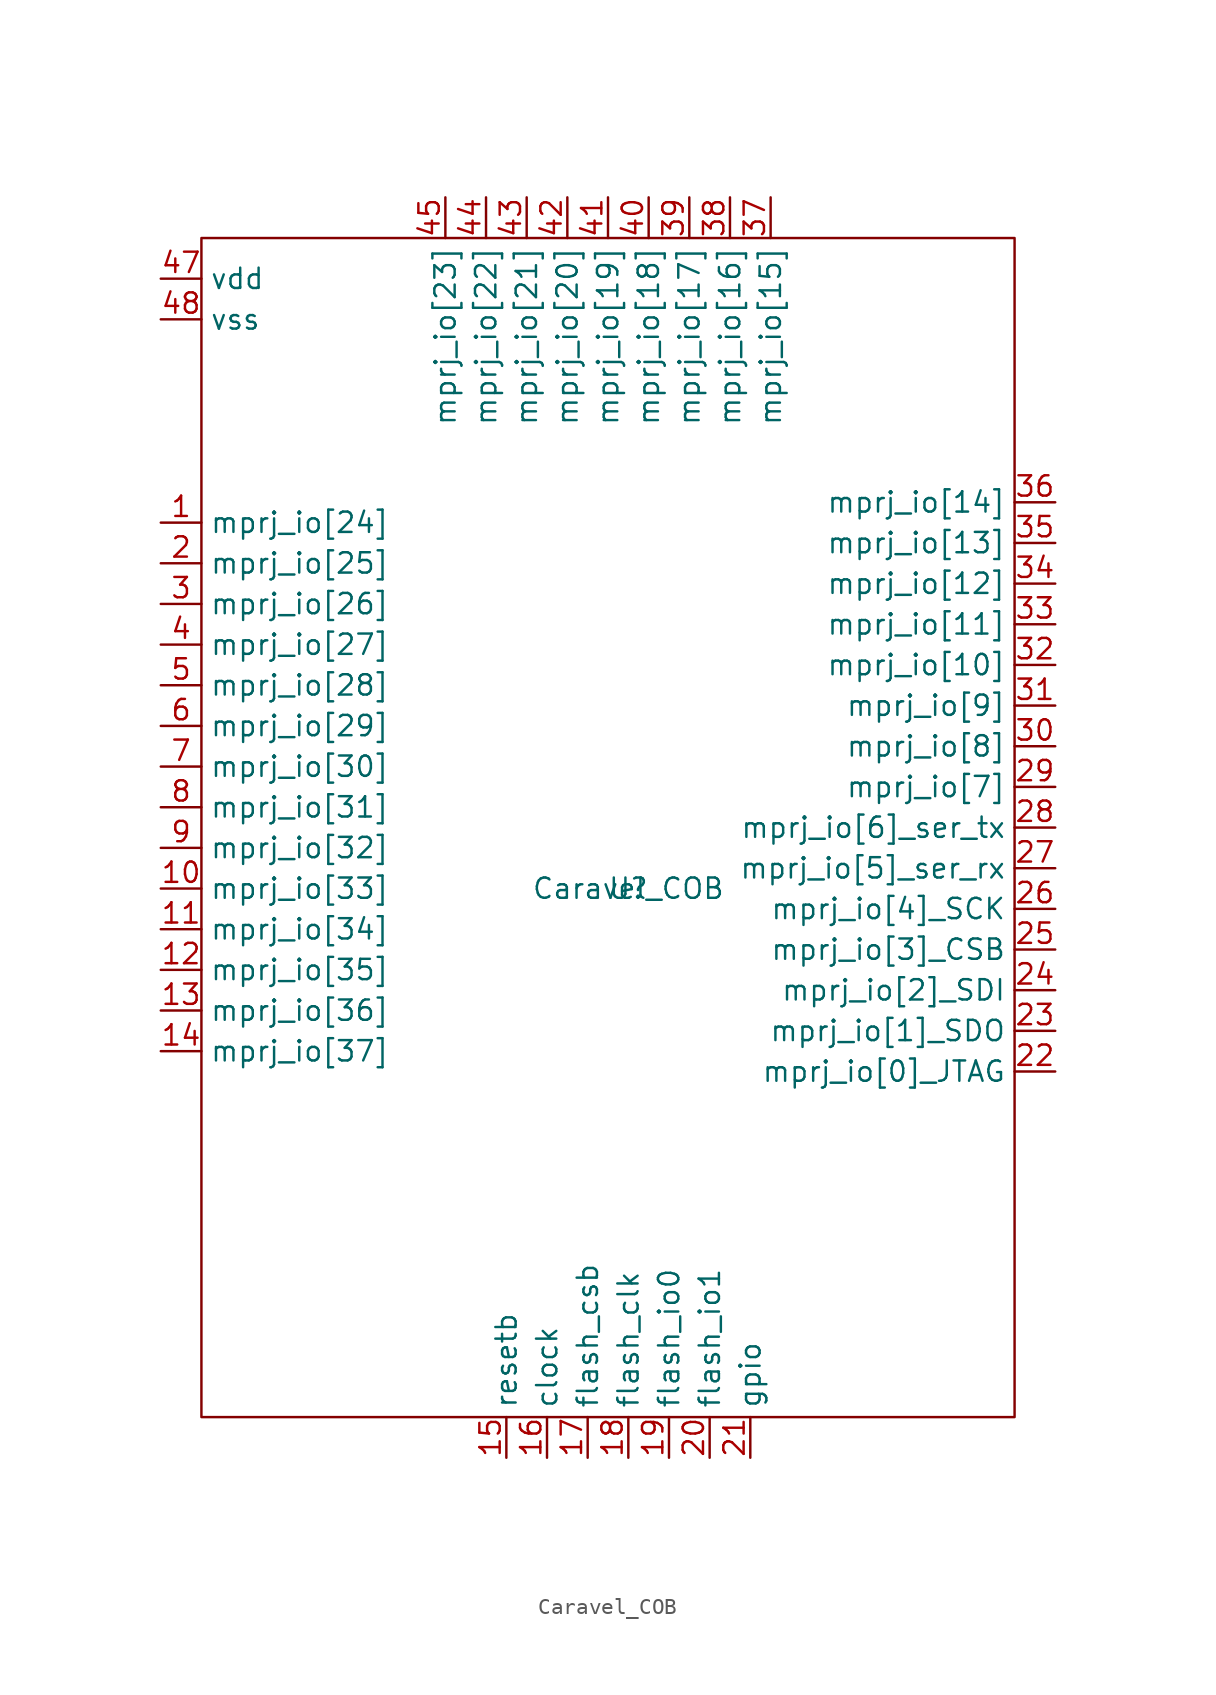
<source format=kicad_sym>
(kicad_symbol_lib
  (version 20241209)
  (generator "kicad_symbol_editor")
  (generator_version "9.0")
  (symbol "Caravel_COB"
    (property "Reference" "U"
      (at 0 0 0)
      (effects (font (size 1.27 1.27))))
    (property "Value" "Caravel_COB"
      (at 0 0 0)
      (effects (font (size 1.27 1.27))))
    (symbol "Caravel_COB_0_1"
      (rectangle (start -26.67 40.64) (end 24.13 -33.02) (stroke (width 0) (type default)) (fill (type none))))
    (symbol "Caravel_COB_1_1"
      (pin power_in line (at -29.21 38.1 0) (length 2.54) (name "vdd" (effects (font (size 1.27 1.27)))) (number "47" (effects (font (size 1.27 1.27)))))
      (pin power_in line (at -29.21 35.56 0) (length 2.54) (name "vss" (effects (font (size 1.27 1.27)))) (number "48" (effects (font (size 1.27 1.27)))))
      (pin bidirectional line (at -29.21 22.86 0) (length 2.54) (name "mprj_io[24]" (effects (font (size 1.27 1.27)))) (number "1" (effects (font (size 1.27 1.27)))))
      (pin bidirectional line (at -29.21 20.32 0) (length 2.54) (name "mprj_io[25]" (effects (font (size 1.27 1.27)))) (number "2" (effects (font (size 1.27 1.27)))))
      (pin bidirectional line (at -29.21 17.78 0) (length 2.54) (name "mprj_io[26]" (effects (font (size 1.27 1.27)))) (number "3" (effects (font (size 1.27 1.27)))))
      (pin bidirectional line (at -29.21 15.24 0) (length 2.54) (name "mprj_io[27]" (effects (font (size 1.27 1.27)))) (number "4" (effects (font (size 1.27 1.27)))))
      (pin bidirectional line (at -29.21 12.7 0) (length 2.54) (name "mprj_io[28]" (effects (font (size 1.27 1.27)))) (number "5" (effects (font (size 1.27 1.27)))))
      (pin bidirectional line (at -29.21 10.16 0) (length 2.54) (name "mprj_io[29]" (effects (font (size 1.27 1.27)))) (number "6" (effects (font (size 1.27 1.27)))))
      (pin bidirectional line (at -29.21 7.62 0) (length 2.54) (name "mprj_io[30]" (effects (font (size 1.27 1.27)))) (number "7" (effects (font (size 1.27 1.27)))))
      (pin bidirectional line (at -29.21 5.08 0) (length 2.54) (name "mprj_io[31]" (effects (font (size 1.27 1.27)))) (number "8" (effects (font (size 1.27 1.27)))))
      (pin bidirectional line (at -29.21 2.54 0) (length 2.54) (name "mprj_io[32]" (effects (font (size 1.27 1.27)))) (number "9" (effects (font (size 1.27 1.27)))))
      (pin bidirectional line (at -29.21 0 0) (length 2.54) (name "mprj_io[33]" (effects (font (size 1.27 1.27)))) (number "10" (effects (font (size 1.27 1.27)))))
      (pin bidirectional line (at -29.21 -2.54 0) (length 2.54) (name "mprj_io[34]" (effects (font (size 1.27 1.27)))) (number "11" (effects (font (size 1.27 1.27)))))
      (pin bidirectional line (at -29.21 -5.08 0) (length 2.54) (name "mprj_io[35]" (effects (font (size 1.27 1.27)))) (number "12" (effects (font (size 1.27 1.27)))))
      (pin bidirectional line (at -29.21 -7.62 0) (length 2.54) (name "mprj_io[36]" (effects (font (size 1.27 1.27)))) (number "13" (effects (font (size 1.27 1.27)))))
      (pin bidirectional line (at -29.21 -10.16 0) (length 2.54) (name "mprj_io[37]" (effects (font (size 1.27 1.27)))) (number "14" (effects (font (size 1.27 1.27)))))
      (pin bidirectional line (at -11.43 43.18 270) (length 2.54) (name "mprj_io[23]" (effects (font (size 1.27 1.27)))) (number "45" (effects (font (size 1.27 1.27)))))
      (pin bidirectional line (at -8.89 43.18 270) (length 2.54) (name "mprj_io[22]" (effects (font (size 1.27 1.27)))) (number "44" (effects (font (size 1.27 1.27)))))
      (pin input line (at -7.62 -35.56 90) (length 2.54) (name "resetb" (effects (font (size 1.27 1.27)))) (number "15" (effects (font (size 1.27 1.27)))))
      (pin bidirectional line (at -6.35 43.18 270) (length 2.54) (name "mprj_io[21]" (effects (font (size 1.27 1.27)))) (number "43" (effects (font (size 1.27 1.27)))))
      (pin input line (at -5.08 -35.56 90) (length 2.54) (name "clock" (effects (font (size 1.27 1.27)))) (number "16" (effects (font (size 1.27 1.27)))))
      (pin bidirectional line (at -3.81 43.18 270) (length 2.54) (name "mprj_io[20]" (effects (font (size 1.27 1.27)))) (number "42" (effects (font (size 1.27 1.27)))))
      (pin output line (at -2.54 -35.56 90) (length 2.54) (name "flash_csb" (effects (font (size 1.27 1.27)))) (number "17" (effects (font (size 1.27 1.27)))))
      (pin bidirectional line (at -1.27 43.18 270) (length 2.54) (name "mprj_io[19]" (effects (font (size 1.27 1.27)))) (number "41" (effects (font (size 1.27 1.27)))))
      (pin output line (at 0 -35.56 90) (length 2.54) (name "flash_clk" (effects (font (size 1.27 1.27)))) (number "18" (effects (font (size 1.27 1.27)))))
      (pin bidirectional line (at 1.27 43.18 270) (length 2.54) (name "mprj_io[18]" (effects (font (size 1.27 1.27)))) (number "40" (effects (font (size 1.27 1.27)))))
      (pin bidirectional line (at 2.54 -35.56 90) (length 2.54) (name "flash_io0" (effects (font (size 1.27 1.27)))) (number "19" (effects (font (size 1.27 1.27)))))
      (pin bidirectional line (at 3.81 43.18 270) (length 2.54) (name "mprj_io[17]" (effects (font (size 1.27 1.27)))) (number "39" (effects (font (size 1.27 1.27)))))
      (pin bidirectional line (at 5.08 -35.56 90) (length 2.54) (name "flash_io1" (effects (font (size 1.27 1.27)))) (number "20" (effects (font (size 1.27 1.27)))))
      (pin bidirectional line (at 6.35 43.18 270) (length 2.54) (name "mprj_io[16]" (effects (font (size 1.27 1.27)))) (number "38" (effects (font (size 1.27 1.27)))))
      (pin bidirectional line (at 7.62 -35.56 90) (length 2.54) (name "gpio" (effects (font (size 1.27 1.27)))) (number "21" (effects (font (size 1.27 1.27)))))
      (pin bidirectional line (at 8.89 43.18 270) (length 2.54) (name "mprj_io[15]" (effects (font (size 1.27 1.27)))) (number "37" (effects (font (size 1.27 1.27)))))
      (pin bidirectional line (at 26.67 24.13 180) (length 2.54) (name "mprj_io[14]" (effects (font (size 1.27 1.27)))) (number "36" (effects (font (size 1.27 1.27)))))
      (pin bidirectional line (at 26.67 21.59 180) (length 2.54) (name "mprj_io[13]" (effects (font (size 1.27 1.27)))) (number "35" (effects (font (size 1.27 1.27)))))
      (pin bidirectional line (at 26.67 19.05 180) (length 2.54) (name "mprj_io[12]" (effects (font (size 1.27 1.27)))) (number "34" (effects (font (size 1.27 1.27)))))
      (pin bidirectional line (at 26.67 16.51 180) (length 2.54) (name "mprj_io[11]" (effects (font (size 1.27 1.27)))) (number "33" (effects (font (size 1.27 1.27)))))
      (pin bidirectional line (at 26.67 13.97 180) (length 2.54) (name "mprj_io[10]" (effects (font (size 1.27 1.27)))) (number "32" (effects (font (size 1.27 1.27)))))
      (pin bidirectional line (at 26.67 11.43 180) (length 2.54) (name "mprj_io[9]" (effects (font (size 1.27 1.27)))) (number "31" (effects (font (size 1.27 1.27)))))
      (pin bidirectional line (at 26.67 8.89 180) (length 2.54) (name "mprj_io[8]" (effects (font (size 1.27 1.27)))) (number "30" (effects (font (size 1.27 1.27)))))
      (pin bidirectional line (at 26.67 6.35 180) (length 2.54) (name "mprj_io[7]" (effects (font (size 1.27 1.27)))) (number "29" (effects (font (size 1.27 1.27)))))
      (pin bidirectional line (at 26.67 3.81 180) (length 2.54) (name "mprj_io[6]_ser_tx" (effects (font (size 1.27 1.27)))) (number "28" (effects (font (size 1.27 1.27)))))
      (pin bidirectional line (at 26.67 1.27 180) (length 2.54) (name "mprj_io[5]_ser_rx" (effects (font (size 1.27 1.27)))) (number "27" (effects (font (size 1.27 1.27)))))
      (pin bidirectional line (at 26.67 -1.27 180) (length 2.54) (name "mprj_io[4]_SCK" (effects (font (size 1.27 1.27)))) (number "26" (effects (font (size 1.27 1.27)))))
      (pin bidirectional line (at 26.67 -3.81 180) (length 2.54) (name "mprj_io[3]_CSB" (effects (font (size 1.27 1.27)))) (number "25" (effects (font (size 1.27 1.27)))))
      (pin bidirectional line (at 26.67 -6.35 180) (length 2.54) (name "mprj_io[2]_SDI" (effects (font (size 1.27 1.27)))) (number "24" (effects (font (size 1.27 1.27)))))
      (pin bidirectional line (at 26.67 -8.89 180) (length 2.54) (name "mprj_io[1]_SDO" (effects (font (size 1.27 1.27)))) (number "23" (effects (font (size 1.27 1.27)))))
      (pin bidirectional line (at 26.67 -11.43 180) (length 2.54) (name "mprj_io[0]_JTAG" (effects (font (size 1.27 1.27)))) (number "22" (effects (font (size 1.27 1.27))))))))
</source>
